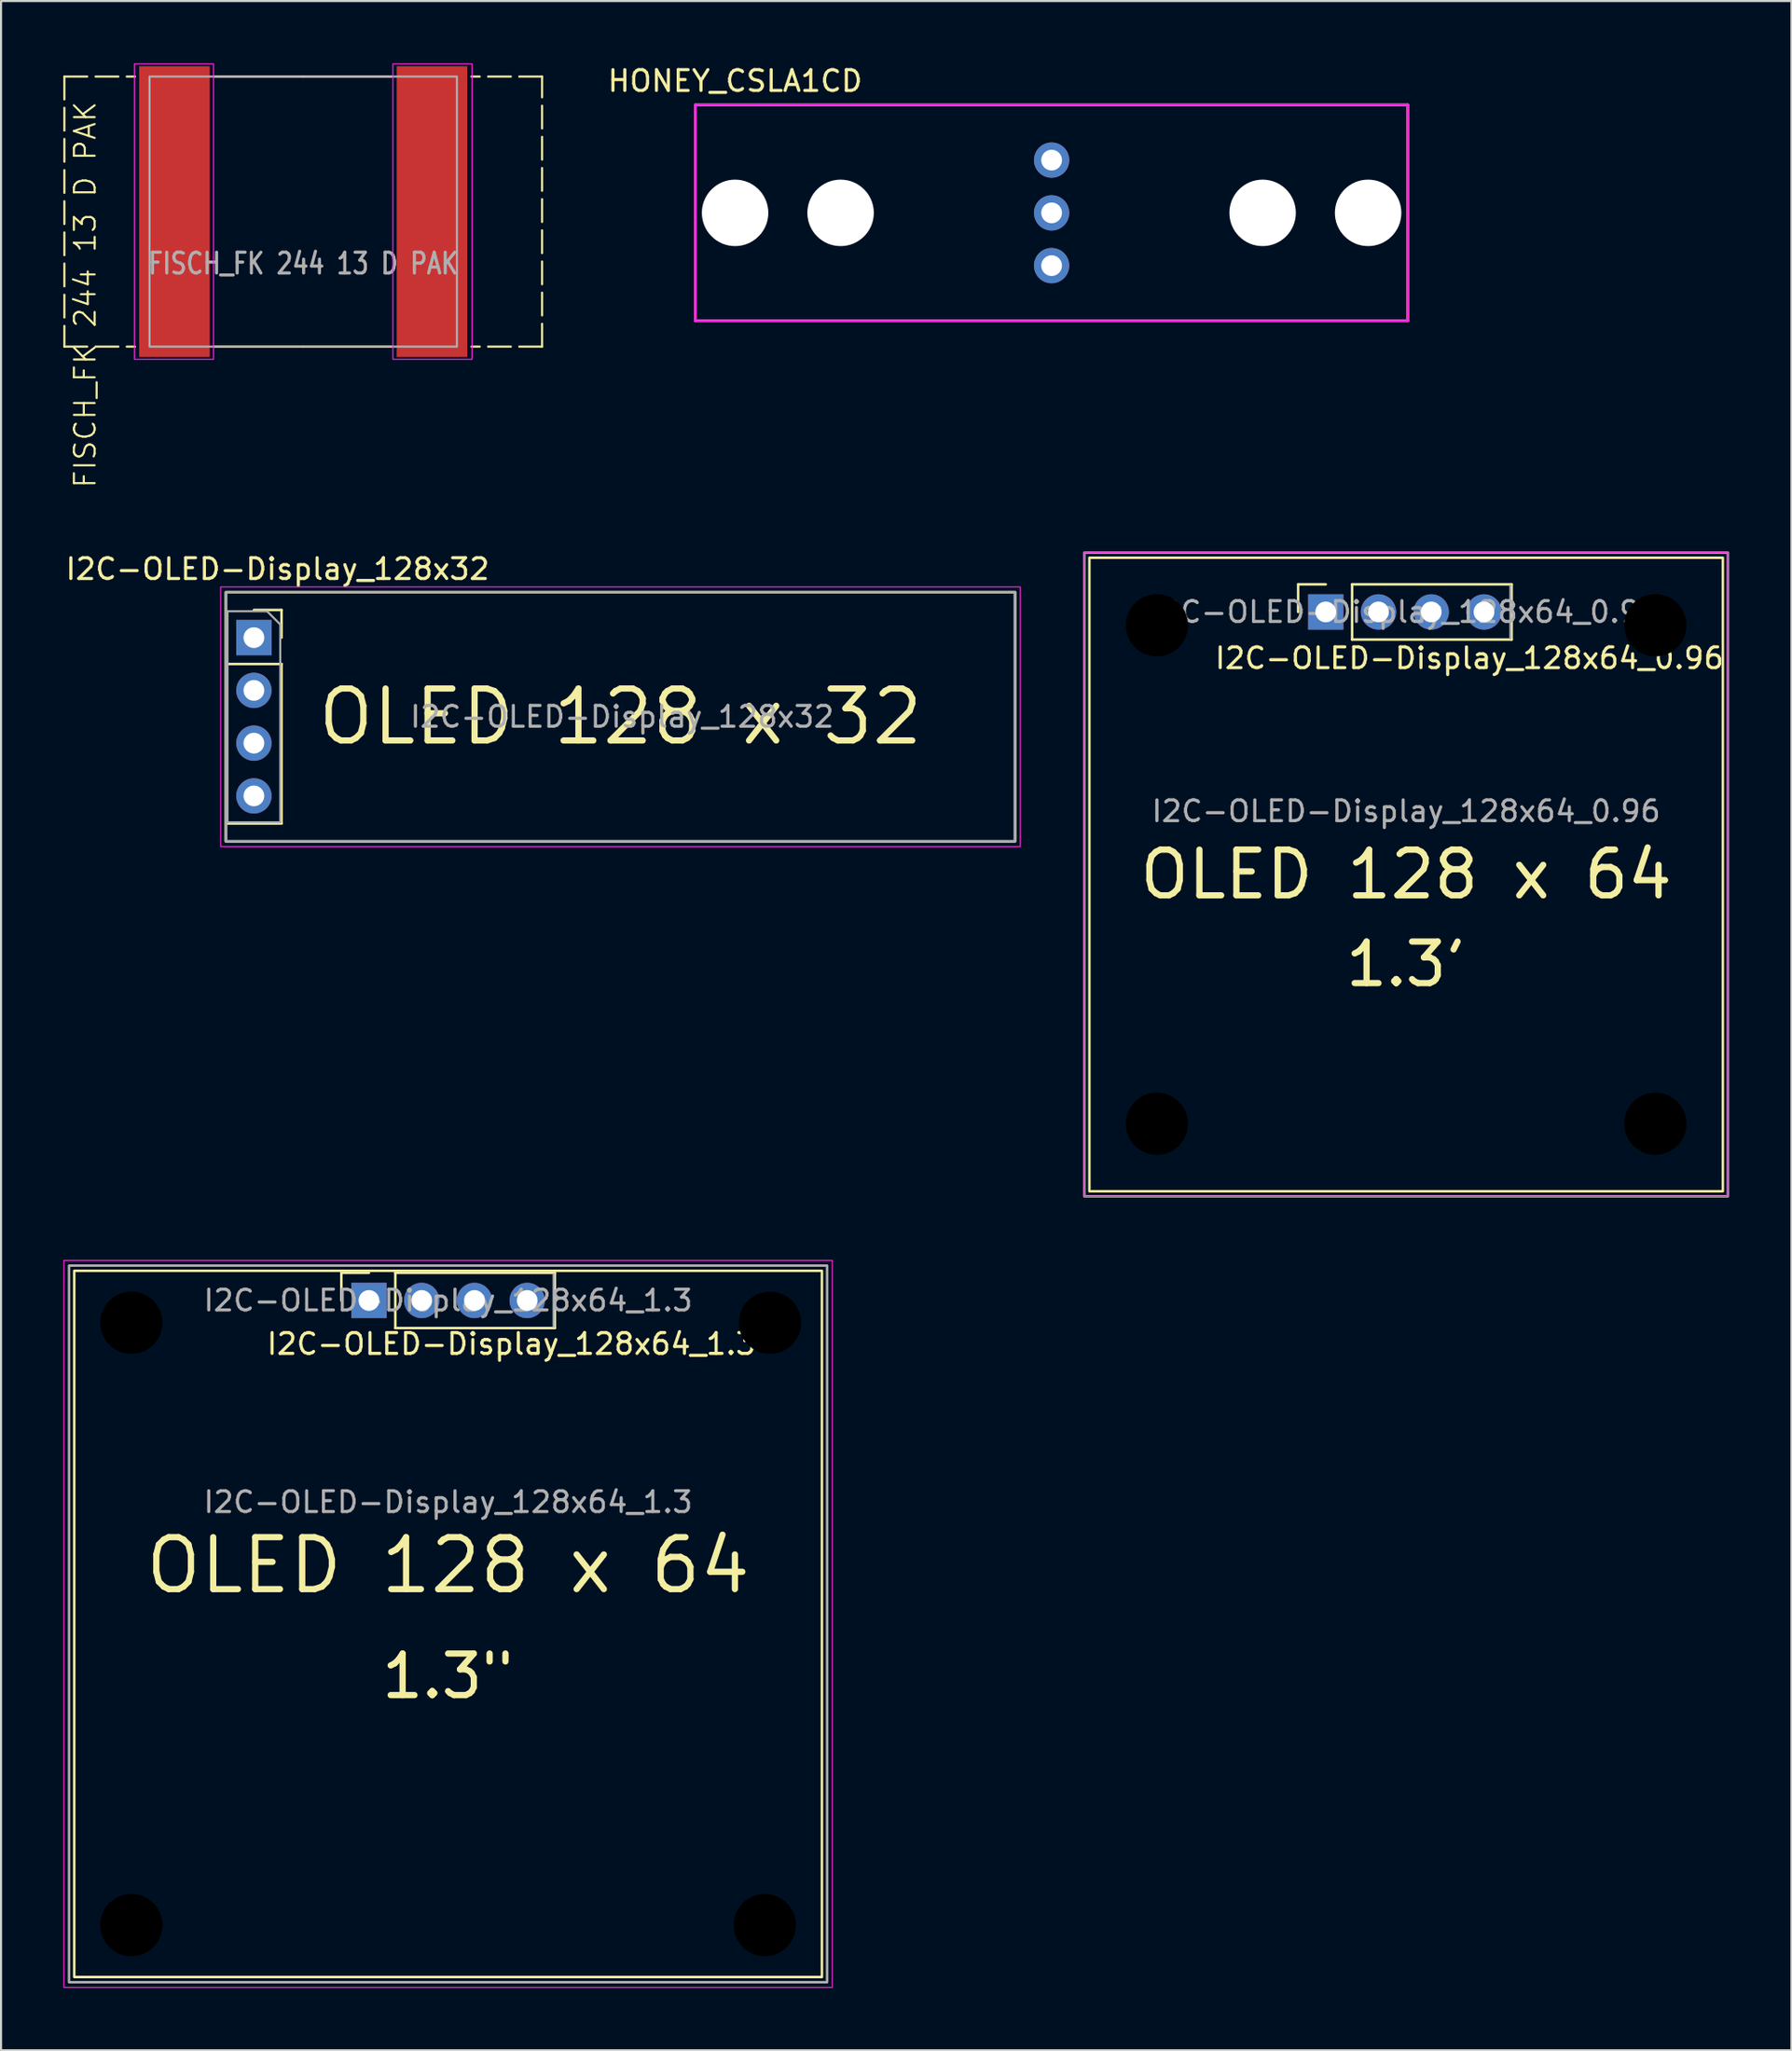
<source format=kicad_pcb>
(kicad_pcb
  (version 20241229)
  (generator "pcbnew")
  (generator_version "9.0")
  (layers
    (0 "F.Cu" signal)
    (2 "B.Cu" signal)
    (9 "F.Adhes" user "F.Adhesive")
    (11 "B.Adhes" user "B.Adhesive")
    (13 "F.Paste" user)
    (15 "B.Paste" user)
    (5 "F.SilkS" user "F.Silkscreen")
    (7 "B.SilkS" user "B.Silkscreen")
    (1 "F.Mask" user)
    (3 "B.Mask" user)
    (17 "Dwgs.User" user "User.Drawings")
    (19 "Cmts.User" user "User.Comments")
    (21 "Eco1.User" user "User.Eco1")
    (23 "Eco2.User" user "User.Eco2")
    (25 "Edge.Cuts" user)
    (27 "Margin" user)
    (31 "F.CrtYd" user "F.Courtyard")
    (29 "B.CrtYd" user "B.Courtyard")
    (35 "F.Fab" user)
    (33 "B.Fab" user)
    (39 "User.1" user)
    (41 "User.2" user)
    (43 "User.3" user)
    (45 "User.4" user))
  (footprint "I2C-OLED-Display_128x32"
    (layer "F.Cu")
    (at 26.825 31.457)
    (property "Reference" "I2C-OLED-Display_128x32" (at -16.51 -7.112 0) (unlocked yes) (layer "F.SilkS") (effects (font (size 1 1) (thickness 0.15))))
    (attr through_hole)
    (fp_line (start -18.98 -2.54) (end -18.98 5.14) (stroke (width 0.12) (type solid)) (layer "F.SilkS"))
    (fp_line (start -18.98 -2.54) (end -16.32 -2.54) (stroke (width 0.12) (type solid)) (layer "F.SilkS"))
    (fp_line (start -18.98 5.14) (end -16.32 5.14) (stroke (width 0.12) (type solid)) (layer "F.SilkS"))
    (fp_line (start -17.65 -5.14) (end -16.32 -5.14) (stroke (width 0.12) (type solid)) (layer "F.SilkS"))
    (fp_line (start -16.32 -5.14) (end -16.32 -3.81) (stroke (width 0.12) (type solid)) (layer "F.SilkS"))
    (fp_line (start -16.32 -2.54) (end -16.32 5.14) (stroke (width 0.12) (type solid)) (layer "F.SilkS"))
    (fp_rect (start -19 -6) (end 19 6) (stroke (width 0.12) (type solid)) (fill no) (layer "F.SilkS"))
    (fp_rect (start -19.25 -6.25) (end 19.25 6.25) (stroke (width 0.05) (type solid)) (fill no) (layer "F.CrtYd"))
    (fp_line (start -18.92 -5.08) (end -17.015 -5.08) (stroke (width 0.1) (type solid)) (layer "F.Fab"))
    (fp_line (start -18.92 5.08) (end -18.92 -5.08) (stroke (width 0.1) (type solid)) (layer "F.Fab"))
    (fp_line (start -17.015 -5.08) (end -16.38 -4.445) (stroke (width 0.1) (type solid)) (layer "F.Fab"))
    (fp_line (start -16.38 -4.445) (end -16.38 5.08) (stroke (width 0.1) (type solid)) (layer "F.Fab"))
    (fp_line (start -16.38 5.08) (end -18.92 5.08) (stroke (width 0.1) (type solid)) (layer "F.Fab"))
    (fp_rect (start -19 -6) (end 19 6) (stroke (width 0.12) (type solid)) (fill no) (layer "F.Fab"))
    (fp_text user "OLED 128 x 32" (at 0 0 0) (unlocked yes) (layer "F.SilkS") (effects (font (size 2.5 2.5) (thickness 0.3))))
    (fp_text user "${REFERENCE}" (at 0.08 0 180) (layer "F.Fab") (effects (font (size 1 1) (thickness 0.15))))
    (pad "1" thru_hole rect (at -17.65 -3.81) (size 1.7 1.7) (drill 1) (layers "*.Cu" "*.Mask"))
    (pad "2" thru_hole oval (at -17.65 -1.27) (size 1.7 1.7) (drill 1) (layers "*.Cu" "*.Mask"))
    (pad "3" thru_hole oval (at -17.65 1.27) (size 1.7 1.7) (drill 1) (layers "*.Cu" "*.Mask"))
    (pad "4" thru_hole oval (at -17.65 3.81) (size 1.7 1.7) (drill 1) (layers "*.Cu" "*.Mask")))
  (footprint "FISCH_FK 244 13 D PAK"
    (layer "F.Cu")
    (at 11.55 7.137)
    (property "Reference" "FISCH_FK 244 13 D PAK" (at -10.5 4 90) (unlocked yes) (layer "F.SilkS") (effects (font (size 1 1) (thickness 0.1))))
    (attr smd)
    (fp_line (start -11.5 -6.5) (end -11.5 6.5) (stroke (width 0.1) (type dash)) (layer "F.SilkS"))
    (fp_line (start -11.5 -6.5) (end -8.1 -6.5) (stroke (width 0.1) (type dash)) (layer "F.SilkS"))
    (fp_line (start -11.5 6.5) (end -8.1 6.5) (stroke (width 0.1) (type dash)) (layer "F.SilkS"))
    (fp_line (start 0 -6.5) (end -4.3 -6.5) (stroke (width 0.1) (type solid)) (layer "F.SilkS"))
    (fp_line (start 0 -6.5) (end 4.3 -6.5) (stroke (width 0.1) (type solid)) (layer "F.SilkS"))
    (fp_line (start 0 6.5) (end -4.3 6.5) (stroke (width 0.1) (type default)) (layer "F.SilkS"))
    (fp_line (start 0 6.5) (end 4.3 6.5) (stroke (width 0.1) (type default)) (layer "F.SilkS"))
    (fp_line (start 11.5 -6.5) (end 8.1 -6.5) (stroke (width 0.1) (type dash)) (layer "F.SilkS"))
    (fp_line (start 11.5 6.5) (end 8.1 6.5) (stroke (width 0.1) (type dash)) (layer "F.SilkS"))
    (fp_line (start 11.5 6.5) (end 11.5 -6.5) (stroke (width 0.1) (type dash)) (layer "F.SilkS"))
    (fp_rect (start -8.128 -7.112) (end -4.318 7.112) (stroke (width 0.05) (type default)) (fill no) (layer "F.CrtYd"))
    (fp_rect (start 4.318 -7.112) (end 8.128 7.112) (stroke (width 0.05) (type default)) (fill no) (layer "F.CrtYd"))
    (fp_rect (start -7.4 -6.5) (end 7.4 6.5) (stroke (width 0.1) (type default)) (fill no) (layer "F.Fab"))
    (fp_text user "${REFERENCE}" (at 0 2.5 0) (unlocked yes) (layer "F.Fab") (effects (font (size 1 0.8) (thickness 0.15))))
    (pad "1" smd rect (at -6.2 0) (size 3.4 14) (property pad_prop_heatsink) (layers "F.Cu" "F.Mask" "F.Paste"))
    (pad "1" smd rect (at 6.2 0) (size 3.4 14) (property pad_prop_heatsink) (layers "F.Cu" "F.Mask" "F.Paste")))
  (footprint "I2C-OLED-Display_128x64_0.96"
    (layer "F.Cu")
    (at 64.654 39.051)
    (property "Reference" "I2C-OLED-Display_128x64_0.96" (at 3.048 -10.414 0) (unlocked yes) (layer "F.SilkS") (effects (font (size 1 1) (thickness 0.15))))
    (attr through_hole)
    (fp_line (start -5.2 -13.97) (end -3.87 -13.97) (stroke (width 0.12) (type solid)) (layer "F.SilkS"))
    (fp_line (start -5.2 -12.64) (end -5.2 -13.97) (stroke (width 0.12) (type solid)) (layer "F.SilkS"))
    (fp_line (start -2.6 -13.97) (end 5.08 -13.97) (stroke (width 0.12) (type solid)) (layer "F.SilkS"))
    (fp_line (start -2.6 -11.31) (end -2.6 -13.97) (stroke (width 0.12) (type solid)) (layer "F.SilkS"))
    (fp_line (start -2.6 -11.31) (end 5.08 -11.31) (stroke (width 0.12) (type solid)) (layer "F.SilkS"))
    (fp_line (start 5.08 -11.31) (end 5.08 -13.97) (stroke (width 0.12) (type solid)) (layer "F.SilkS"))
    (fp_rect (start -15.25 -15.25) (end 15.25 15.25) (stroke (width 0.12) (type solid)) (fill no) (layer "F.SilkS"))
    (fp_rect (start -15.494 -15.494) (end 15.494 15.494) (stroke (width 0.05) (type solid)) (fill no) (layer "F.CrtYd"))
    (fp_line (start 5.02 -13.91) (end 5.02 -11.37) (stroke (width 0.1) (type solid)) (layer "F.Fab"))
    (fp_rect (start -15.494 -15.494) (end 15.494 15.494) (stroke (width 0.12) (type solid)) (fill no) (layer "F.Fab"))
    (fp_text user "OLED 128 x 64" (at 0 0 0) (unlocked yes) (layer "F.SilkS") (effects (font (size 2.2 2.2) (thickness 0.3))))
    (fp_text user "1.3'" (at 0 4.318 0) (unlocked yes) (layer "F.SilkS") (effects (font (size 2 2) (thickness 0.3))))
    (fp_text user "${REFERENCE}" (at -0.06 -12.64 180) (layer "F.Fab") (effects (font (size 1 1) (thickness 0.15))))
    (fp_text user "${REFERENCE}" (at 0 -3.048 0) (unlocked yes) (layer "F.Fab") (effects (font (size 1 1) (thickness 0.15))))
    (pad "" np_thru_hole circle (at -12 -12) (size 3 3) (drill 3) (layers "*.Mask"))
    (pad "" np_thru_hole circle (at -12 12) (size 3 3) (drill 3) (layers "*.Mask"))
    (pad "" np_thru_hole circle (at 12 -12) (size 3 3) (drill 3) (layers "*.Mask"))
    (pad "" np_thru_hole circle (at 12 12) (size 3 3) (drill 3) (layers "*.Mask"))
    (pad "1" thru_hole rect (at -3.87 -12.64 90) (size 1.7 1.7) (drill 1) (layers "*.Cu" "*.Mask"))
    (pad "2" thru_hole oval (at -1.33 -12.64 90) (size 1.7 1.7) (drill 1) (layers "*.Cu" "*.Mask"))
    (pad "3" thru_hole oval (at 1.21 -12.64 90) (size 1.7 1.7) (drill 1) (layers "*.Cu" "*.Mask"))
    (pad "4" thru_hole oval (at 3.75 -12.64 90) (size 1.7 1.7) (drill 1) (layers "*.Cu" "*.Mask")))
  (footprint "HONEY_CSLA1CD"
    (layer "F.Cu")
    (at 47.584 7.198)
    (property "Reference" "HONEY_CSLA1CD" (at -15.24 -6.35 0) (layer "F.SilkS") (effects (font (size 1 1) (thickness 0.15))))
    (attr through_hole)
    (fp_line (start -17.15 -5.2) (end 17.15 -5.2) (stroke (width 0.12) (type solid)) (layer "F.SilkS"))
    (fp_line (start -17.15 5.2) (end -17.15 -5.2) (stroke (width 0.12) (type solid)) (layer "F.SilkS"))
    (fp_line (start 17.15 5.2) (end -17.15 5.2) (stroke (width 0.12) (type solid)) (layer "F.SilkS"))
    (fp_line (start 17.15 5.2) (end 17.15 -5.2) (stroke (width 0.12) (type solid)) (layer "F.SilkS"))
    (fp_line (start -17.15 -5.2) (end 17.15 -5.2) (stroke (width 0.12) (type solid)) (layer "F.CrtYd"))
    (fp_line (start -17.15 5.2) (end -17.15 -5.2) (stroke (width 0.12) (type solid)) (layer "F.CrtYd"))
    (fp_line (start 17.15 5.2) (end -17.15 5.2) (stroke (width 0.12) (type solid)) (layer "F.CrtYd"))
    (fp_line (start 17.15 5.2) (end 17.15 -5.2) (stroke (width 0.12) (type solid)) (layer "F.CrtYd"))
    (pad "" np_thru_hole circle (at -15.24 0) (size 3.2 3.2) (drill 3.2) (layers "*.Cu" "*.Mask"))
    (pad "" np_thru_hole circle (at -10.16 0) (size 3.2 3.2) (drill 3.2) (layers "*.Cu" "*.Mask"))
    (pad "" np_thru_hole circle (at 10.16 0) (size 3.2 3.2) (drill 3.2) (layers "*.Cu" "*.Mask"))
    (pad "" np_thru_hole circle (at 15.24 0) (size 3.2 3.2) (drill 3.2) (layers "*.Cu" "*.Mask"))
    (pad "1" thru_hole circle (at 0 2.54) (size 1.7 1.7) (drill 1) (layers "*.Cu" "*.Mask"))
    (pad "2" thru_hole circle (at 0 0) (size 1.7 1.7) (drill 1) (layers "*.Cu" "*.Mask"))
    (pad "3" thru_hole circle (at 0 -2.54) (size 1.7 1.7) (drill 1) (layers "*.Cu" "*.Mask")))
  (footprint "I2C-OLED-Display_128x64_1.3"
    (layer "F.Cu")
    (at 18.525 75.366)
    (property "Reference" "I2C-OLED-Display_128x64_1.3" (at 3.048 -13.716 0) (unlocked yes) (layer "F.SilkS") (effects (font (size 1 1) (thickness 0.15))))
    (attr through_hole)
    (fp_line (start -5.14 -17.138) (end -3.81 -17.138) (stroke (width 0.12) (type solid)) (layer "F.SilkS"))
    (fp_line (start -5.14 -15.808) (end -5.14 -17.138) (stroke (width 0.12) (type solid)) (layer "F.SilkS"))
    (fp_line (start -2.54 -17.138) (end 5.14 -17.138) (stroke (width 0.12) (type solid)) (layer "F.SilkS"))
    (fp_line (start -2.54 -14.478) (end -2.54 -17.138) (stroke (width 0.12) (type solid)) (layer "F.SilkS"))
    (fp_line (start -2.54 -14.478) (end 5.14 -14.478) (stroke (width 0.12) (type solid)) (layer "F.SilkS"))
    (fp_line (start 5.14 -14.478) (end 5.14 -17.138) (stroke (width 0.12) (type solid)) (layer "F.SilkS"))
    (fp_rect (start -18 -17.236) (end 18 16.764) (stroke (width 0.12) (type solid)) (fill no) (layer "F.SilkS"))
    (fp_rect (start -18.5 -17.736) (end 18.5 17.264) (stroke (width 0.05) (type solid)) (fill no) (layer "F.CrtYd"))
    (fp_line (start 5.08 -17.078) (end 5.08 -14.538) (stroke (width 0.1) (type solid)) (layer "F.Fab"))
    (fp_rect (start -18.25 -17.486) (end 18.25 17.014) (stroke (width 0.12) (type solid)) (fill no) (layer "F.Fab"))
    (fp_text user "OLED 128 x 64" (at 0 -3.054 0) (unlocked yes) (layer "F.SilkS") (effects (font (size 2.5 2.5) (thickness 0.3))))
    (fp_text user "1.3\"" (at 0 2.28 0) (unlocked yes) (layer "F.SilkS") (effects (font (size 2 2) (thickness 0.3))))
    (fp_text user "${REFERENCE}" (at 0 -6.102 0) (unlocked yes) (layer "F.Fab") (effects (font (size 1 1) (thickness 0.15))))
    (fp_text user "${REFERENCE}" (at 0 -15.808 180) (layer "F.Fab") (effects (font (size 1 1) (thickness 0.15))))
    (pad "" np_thru_hole circle (at -15.25 -14.736) (size 3 3) (drill 3) (layers "*.Mask"))
    (pad "" np_thru_hole circle (at -15.25 14.264) (size 3 3) (drill 3) (layers "*.Mask"))
    (pad "" np_thru_hole circle (at 15.25 14.264) (size 3 3) (drill 3) (layers "*.Mask"))
    (pad "" np_thru_hole circle (at 15.5 -14.736) (size 3 3) (drill 3) (layers "*.Mask"))
    (pad "1" thru_hole rect (at -3.81 -15.808 90) (size 1.7 1.7) (drill 1) (layers "*.Cu" "*.Mask"))
    (pad "2" thru_hole oval (at -1.27 -15.808 90) (size 1.7 1.7) (drill 1) (layers "*.Cu" "*.Mask"))
    (pad "3" thru_hole oval (at 1.27 -15.808 90) (size 1.7 1.7) (drill 1) (layers "*.Cu" "*.Mask"))
    (pad "4" thru_hole oval (at 3.81 -15.808 90) (size 1.7 1.7) (drill 1) (layers "*.Cu" "*.Mask")))
  (gr_rect
    (start -3 -3)
    (end 83.208 95.655)
    (stroke (width 0.1) (type default))
    (fill no)
    (layer "Edge.Cuts")))
</source>
